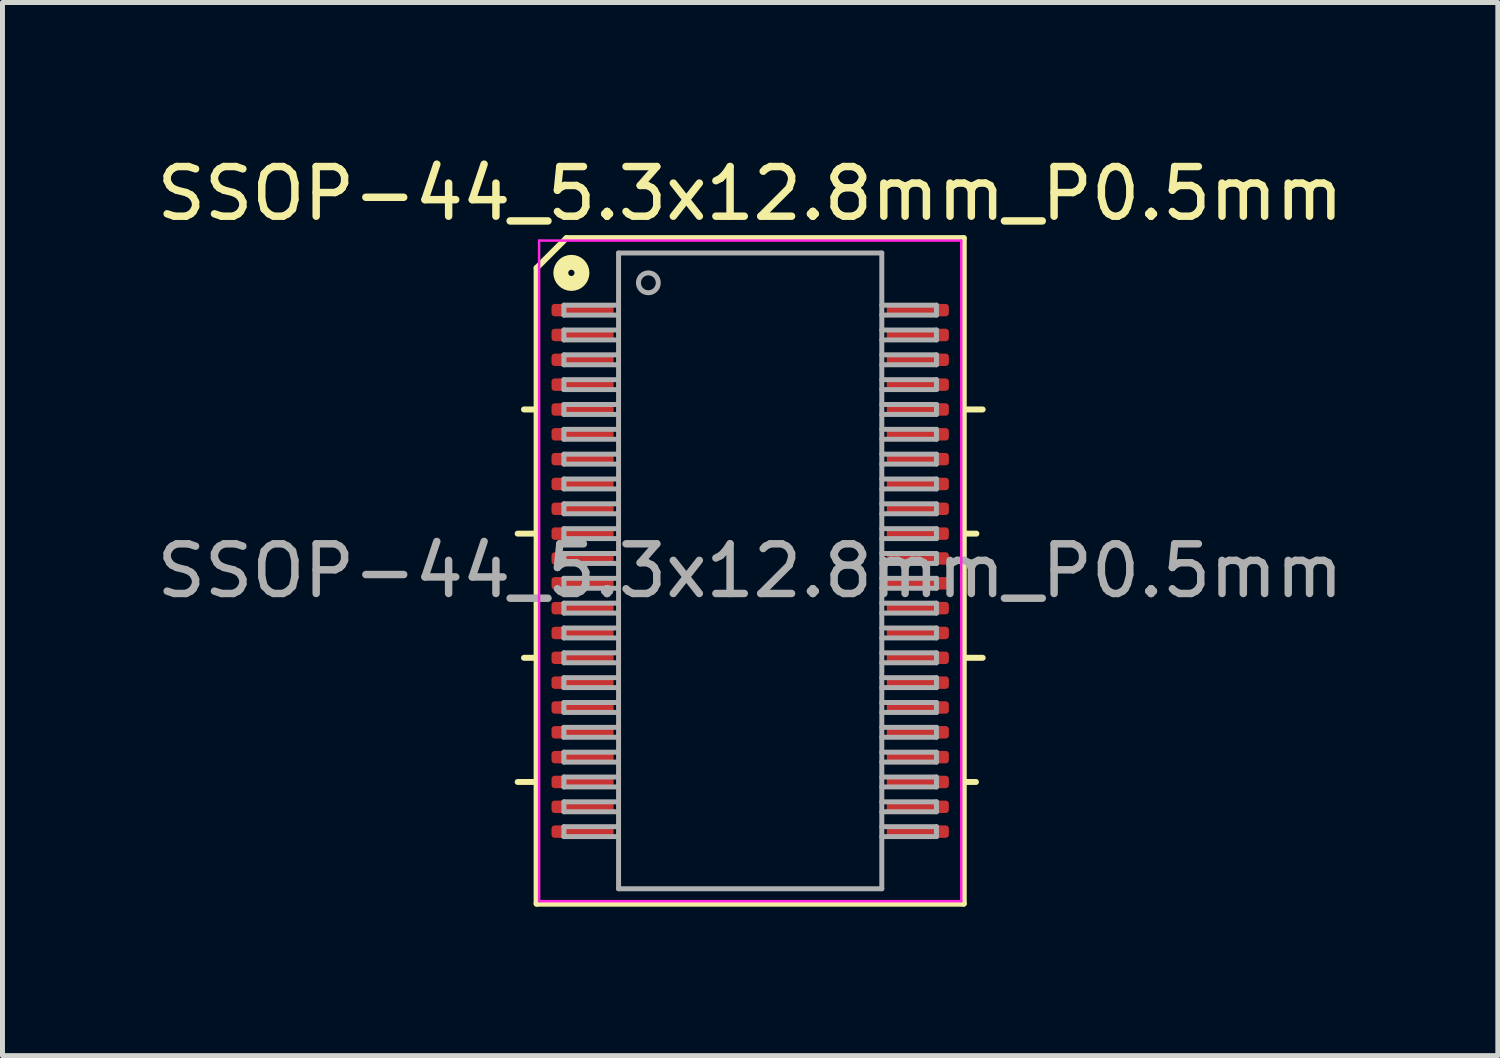
<source format=kicad_pcb>
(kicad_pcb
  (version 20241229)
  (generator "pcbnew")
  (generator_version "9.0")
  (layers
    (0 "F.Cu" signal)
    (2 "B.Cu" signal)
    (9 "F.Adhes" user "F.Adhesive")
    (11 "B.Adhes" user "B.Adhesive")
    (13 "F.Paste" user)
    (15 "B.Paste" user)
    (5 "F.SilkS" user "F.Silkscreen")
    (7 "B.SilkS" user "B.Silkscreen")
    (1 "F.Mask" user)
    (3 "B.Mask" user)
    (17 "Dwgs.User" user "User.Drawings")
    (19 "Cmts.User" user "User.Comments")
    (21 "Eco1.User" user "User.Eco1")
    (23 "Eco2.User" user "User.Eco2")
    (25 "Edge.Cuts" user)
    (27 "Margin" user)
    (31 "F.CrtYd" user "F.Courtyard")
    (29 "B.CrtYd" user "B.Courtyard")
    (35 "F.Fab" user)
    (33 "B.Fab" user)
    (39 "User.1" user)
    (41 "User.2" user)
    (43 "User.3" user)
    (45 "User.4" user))
  (footprint "SSOP-44_5.3x12.8mm_P0.5mm"
    (layer "F.Cu")
    (at 12.054 8.444)
    (property "Reference" "SSOP-44_5.3x12.8mm_P0.5mm" (at 0 -7.596 0) (layer "F.SilkS") (effects (font (size 1 1) (thickness 0.15))))
    (attr smd)
    (fp_line (start -4.681 -0.75) (end -4.3 -0.75) (stroke (width 0.12) (type solid)) (layer "F.SilkS"))
    (fp_line (start -4.681 4.25) (end -4.3 4.25) (stroke (width 0.12) (type solid)) (layer "F.SilkS"))
    (fp_line (start -4.554 -3.25) (end -4.3 -3.25) (stroke (width 0.12) (type solid)) (layer "F.SilkS"))
    (fp_line (start -4.554 1.75) (end -4.3 1.75) (stroke (width 0.12) (type solid)) (layer "F.SilkS"))
    (fp_line (start -4.3 -6.1) (end -4.3 6.7) (stroke (width 0.12) (type solid)) (layer "F.SilkS"))
    (fp_line (start -4.3 -6.1) (end -3.7 -6.7) (stroke (width 0.12) (type solid)) (layer "F.SilkS"))
    (fp_line (start -4.3 6.7) (end 4.3 6.7) (stroke (width 0.12) (type solid)) (layer "F.SilkS"))
    (fp_line (start 4.3 -6.7) (end -3.7 -6.7) (stroke (width 0.12) (type solid)) (layer "F.SilkS"))
    (fp_line (start 4.3 -3.25) (end 4.681 -3.25) (stroke (width 0.12) (type solid)) (layer "F.SilkS"))
    (fp_line (start 4.3 -0.75) (end 4.554 -0.75) (stroke (width 0.12) (type solid)) (layer "F.SilkS"))
    (fp_line (start 4.3 1.75) (end 4.681 1.75) (stroke (width 0.12) (type solid)) (layer "F.SilkS"))
    (fp_line (start 4.3 4.25) (end 4.545 4.25) (stroke (width 0.12) (type solid)) (layer "F.SilkS"))
    (fp_line (start 4.3 6.7) (end 4.3 -6.7) (stroke (width 0.12) (type solid)) (layer "F.SilkS"))
    (fp_circle (center -3.6 -6) (end -3.537 -6) (stroke (width 0.3) (type solid)) (fill no) (layer "F.SilkS"))
    (fp_line (start -4.25 -6.65) (end -4.25 6.65) (stroke (width 0.05) (type solid)) (layer "F.CrtYd"))
    (fp_line (start -4.25 -6.65) (end 4.25 -6.65) (stroke (width 0.05) (type solid)) (layer "F.CrtYd"))
    (fp_line (start -4.25 6.65) (end 4.25 6.65) (stroke (width 0.05) (type solid)) (layer "F.CrtYd"))
    (fp_line (start 4.25 -6.65) (end 4.25 6.65) (stroke (width 0.05) (type solid)) (layer "F.CrtYd"))
    (fp_line (start -3.75 -5.35) (end -3.75 -5.15) (stroke (width 0.1) (type solid)) (layer "F.Fab"))
    (fp_line (start -3.75 -5.35) (end -2.65 -5.35) (stroke (width 0.1) (type solid)) (layer "F.Fab"))
    (fp_line (start -3.75 -5.15) (end -2.65 -5.15) (stroke (width 0.1) (type solid)) (layer "F.Fab"))
    (fp_line (start -3.75 -4.85) (end -3.75 -4.65) (stroke (width 0.1) (type solid)) (layer "F.Fab"))
    (fp_line (start -3.75 -4.85) (end -2.65 -4.85) (stroke (width 0.1) (type solid)) (layer "F.Fab"))
    (fp_line (start -3.75 -4.65) (end -2.65 -4.65) (stroke (width 0.1) (type solid)) (layer "F.Fab"))
    (fp_line (start -3.75 -4.35) (end -3.75 -4.15) (stroke (width 0.1) (type solid)) (layer "F.Fab"))
    (fp_line (start -3.75 -4.35) (end -2.65 -4.35) (stroke (width 0.1) (type solid)) (layer "F.Fab"))
    (fp_line (start -3.75 -4.15) (end -2.65 -4.15) (stroke (width 0.1) (type solid)) (layer "F.Fab"))
    (fp_line (start -3.75 -3.85) (end -3.75 -3.65) (stroke (width 0.1) (type solid)) (layer "F.Fab"))
    (fp_line (start -3.75 -3.85) (end -2.65 -3.85) (stroke (width 0.1) (type solid)) (layer "F.Fab"))
    (fp_line (start -3.75 -3.65) (end -2.65 -3.65) (stroke (width 0.1) (type solid)) (layer "F.Fab"))
    (fp_line (start -3.75 -3.35) (end -3.75 -3.15) (stroke (width 0.1) (type solid)) (layer "F.Fab"))
    (fp_line (start -3.75 -3.35) (end -2.65 -3.35) (stroke (width 0.1) (type solid)) (layer "F.Fab"))
    (fp_line (start -3.75 -3.15) (end -2.65 -3.15) (stroke (width 0.1) (type solid)) (layer "F.Fab"))
    (fp_line (start -3.75 -2.85) (end -3.75 -2.65) (stroke (width 0.1) (type solid)) (layer "F.Fab"))
    (fp_line (start -3.75 -2.85) (end -2.65 -2.85) (stroke (width 0.1) (type solid)) (layer "F.Fab"))
    (fp_line (start -3.75 -2.65) (end -2.65 -2.65) (stroke (width 0.1) (type solid)) (layer "F.Fab"))
    (fp_line (start -3.75 -2.35) (end -3.75 -2.15) (stroke (width 0.1) (type solid)) (layer "F.Fab"))
    (fp_line (start -3.75 -2.35) (end -2.65 -2.35) (stroke (width 0.1) (type solid)) (layer "F.Fab"))
    (fp_line (start -3.75 -2.15) (end -2.65 -2.15) (stroke (width 0.1) (type solid)) (layer "F.Fab"))
    (fp_line (start -3.75 -1.85) (end -3.75 -1.65) (stroke (width 0.1) (type solid)) (layer "F.Fab"))
    (fp_line (start -3.75 -1.85) (end -2.65 -1.85) (stroke (width 0.1) (type solid)) (layer "F.Fab"))
    (fp_line (start -3.75 -1.65) (end -2.65 -1.65) (stroke (width 0.1) (type solid)) (layer "F.Fab"))
    (fp_line (start -3.75 -1.35) (end -3.75 -1.15) (stroke (width 0.1) (type solid)) (layer "F.Fab"))
    (fp_line (start -3.75 -1.35) (end -2.65 -1.35) (stroke (width 0.1) (type solid)) (layer "F.Fab"))
    (fp_line (start -3.75 -1.15) (end -2.65 -1.15) (stroke (width 0.1) (type solid)) (layer "F.Fab"))
    (fp_line (start -3.75 -0.85) (end -3.75 -0.65) (stroke (width 0.1) (type solid)) (layer "F.Fab"))
    (fp_line (start -3.75 -0.85) (end -2.65 -0.85) (stroke (width 0.1) (type solid)) (layer "F.Fab"))
    (fp_line (start -3.75 -0.65) (end -2.65 -0.65) (stroke (width 0.1) (type solid)) (layer "F.Fab"))
    (fp_line (start -3.75 -0.35) (end -3.75 -0.15) (stroke (width 0.1) (type solid)) (layer "F.Fab"))
    (fp_line (start -3.75 -0.35) (end -2.65 -0.35) (stroke (width 0.1) (type solid)) (layer "F.Fab"))
    (fp_line (start -3.75 -0.15) (end -2.65 -0.15) (stroke (width 0.1) (type solid)) (layer "F.Fab"))
    (fp_line (start -3.75 0.15) (end -3.75 0.35) (stroke (width 0.1) (type solid)) (layer "F.Fab"))
    (fp_line (start -3.75 0.15) (end -2.65 0.15) (stroke (width 0.1) (type solid)) (layer "F.Fab"))
    (fp_line (start -3.75 0.35) (end -2.65 0.35) (stroke (width 0.1) (type solid)) (layer "F.Fab"))
    (fp_line (start -3.75 0.65) (end -3.75 0.85) (stroke (width 0.1) (type solid)) (layer "F.Fab"))
    (fp_line (start -3.75 0.65) (end -2.65 0.65) (stroke (width 0.1) (type solid)) (layer "F.Fab"))
    (fp_line (start -3.75 0.85) (end -2.65 0.85) (stroke (width 0.1) (type solid)) (layer "F.Fab"))
    (fp_line (start -3.75 1.15) (end -3.75 1.35) (stroke (width 0.1) (type solid)) (layer "F.Fab"))
    (fp_line (start -3.75 1.15) (end -2.65 1.15) (stroke (width 0.1) (type solid)) (layer "F.Fab"))
    (fp_line (start -3.75 1.35) (end -2.65 1.35) (stroke (width 0.1) (type solid)) (layer "F.Fab"))
    (fp_line (start -3.75 1.65) (end -3.75 1.85) (stroke (width 0.1) (type solid)) (layer "F.Fab"))
    (fp_line (start -3.75 1.65) (end -2.65 1.65) (stroke (width 0.1) (type solid)) (layer "F.Fab"))
    (fp_line (start -3.75 1.85) (end -2.65 1.85) (stroke (width 0.1) (type solid)) (layer "F.Fab"))
    (fp_line (start -3.75 2.15) (end -3.75 2.35) (stroke (width 0.1) (type solid)) (layer "F.Fab"))
    (fp_line (start -3.75 2.15) (end -2.65 2.15) (stroke (width 0.1) (type solid)) (layer "F.Fab"))
    (fp_line (start -3.75 2.35) (end -2.65 2.35) (stroke (width 0.1) (type solid)) (layer "F.Fab"))
    (fp_line (start -3.75 2.65) (end -3.75 2.85) (stroke (width 0.1) (type solid)) (layer "F.Fab"))
    (fp_line (start -3.75 2.65) (end -2.65 2.65) (stroke (width 0.1) (type solid)) (layer "F.Fab"))
    (fp_line (start -3.75 2.85) (end -2.65 2.85) (stroke (width 0.1) (type solid)) (layer "F.Fab"))
    (fp_line (start -3.75 3.15) (end -3.75 3.35) (stroke (width 0.1) (type solid)) (layer "F.Fab"))
    (fp_line (start -3.75 3.15) (end -2.65 3.15) (stroke (width 0.1) (type solid)) (layer "F.Fab"))
    (fp_line (start -3.75 3.35) (end -2.65 3.35) (stroke (width 0.1) (type solid)) (layer "F.Fab"))
    (fp_line (start -3.75 3.65) (end -3.75 3.85) (stroke (width 0.1) (type solid)) (layer "F.Fab"))
    (fp_line (start -3.75 3.65) (end -2.65 3.65) (stroke (width 0.1) (type solid)) (layer "F.Fab"))
    (fp_line (start -3.75 3.85) (end -2.65 3.85) (stroke (width 0.1) (type solid)) (layer "F.Fab"))
    (fp_line (start -3.75 4.15) (end -3.75 4.35) (stroke (width 0.1) (type solid)) (layer "F.Fab"))
    (fp_line (start -3.75 4.15) (end -2.65 4.15) (stroke (width 0.1) (type solid)) (layer "F.Fab"))
    (fp_line (start -3.75 4.35) (end -2.65 4.35) (stroke (width 0.1) (type solid)) (layer "F.Fab"))
    (fp_line (start -3.75 4.65) (end -3.75 4.85) (stroke (width 0.1) (type solid)) (layer "F.Fab"))
    (fp_line (start -3.75 4.65) (end -2.65 4.65) (stroke (width 0.1) (type solid)) (layer "F.Fab"))
    (fp_line (start -3.75 4.85) (end -2.65 4.85) (stroke (width 0.1) (type solid)) (layer "F.Fab"))
    (fp_line (start -3.75 5.15) (end -3.75 5.35) (stroke (width 0.1) (type solid)) (layer "F.Fab"))
    (fp_line (start -3.75 5.15) (end -2.65 5.15) (stroke (width 0.1) (type solid)) (layer "F.Fab"))
    (fp_line (start -3.75 5.35) (end -2.65 5.35) (stroke (width 0.1) (type solid)) (layer "F.Fab"))
    (fp_line (start -2.65 -6.4) (end 2.65 -6.4) (stroke (width 0.1) (type solid)) (layer "F.Fab"))
    (fp_line (start -2.65 6.4) (end -2.65 -6.4) (stroke (width 0.1) (type solid)) (layer "F.Fab"))
    (fp_line (start 2.65 -6.4) (end 2.65 6.4) (stroke (width 0.1) (type solid)) (layer "F.Fab"))
    (fp_line (start 2.65 6.4) (end -2.65 6.4) (stroke (width 0.1) (type solid)) (layer "F.Fab"))
    (fp_line (start 3.75 -5.35) (end 2.65 -5.35) (stroke (width 0.1) (type solid)) (layer "F.Fab"))
    (fp_line (start 3.75 -5.15) (end 2.65 -5.15) (stroke (width 0.1) (type solid)) (layer "F.Fab"))
    (fp_line (start 3.75 -5.15) (end 3.75 -5.35) (stroke (width 0.1) (type solid)) (layer "F.Fab"))
    (fp_line (start 3.75 -4.85) (end 2.65 -4.85) (stroke (width 0.1) (type solid)) (layer "F.Fab"))
    (fp_line (start 3.75 -4.65) (end 2.65 -4.65) (stroke (width 0.1) (type solid)) (layer "F.Fab"))
    (fp_line (start 3.75 -4.65) (end 3.75 -4.85) (stroke (width 0.1) (type solid)) (layer "F.Fab"))
    (fp_line (start 3.75 -4.35) (end 2.65 -4.35) (stroke (width 0.1) (type solid)) (layer "F.Fab"))
    (fp_line (start 3.75 -4.15) (end 2.65 -4.15) (stroke (width 0.1) (type solid)) (layer "F.Fab"))
    (fp_line (start 3.75 -4.15) (end 3.75 -4.35) (stroke (width 0.1) (type solid)) (layer "F.Fab"))
    (fp_line (start 3.75 -3.85) (end 2.65 -3.85) (stroke (width 0.1) (type solid)) (layer "F.Fab"))
    (fp_line (start 3.75 -3.65) (end 2.65 -3.65) (stroke (width 0.1) (type solid)) (layer "F.Fab"))
    (fp_line (start 3.75 -3.65) (end 3.75 -3.85) (stroke (width 0.1) (type solid)) (layer "F.Fab"))
    (fp_line (start 3.75 -3.35) (end 2.65 -3.35) (stroke (width 0.1) (type solid)) (layer "F.Fab"))
    (fp_line (start 3.75 -3.15) (end 2.65 -3.15) (stroke (width 0.1) (type solid)) (layer "F.Fab"))
    (fp_line (start 3.75 -3.15) (end 3.75 -3.35) (stroke (width 0.1) (type solid)) (layer "F.Fab"))
    (fp_line (start 3.75 -2.85) (end 2.65 -2.85) (stroke (width 0.1) (type solid)) (layer "F.Fab"))
    (fp_line (start 3.75 -2.65) (end 2.65 -2.65) (stroke (width 0.1) (type solid)) (layer "F.Fab"))
    (fp_line (start 3.75 -2.65) (end 3.75 -2.85) (stroke (width 0.1) (type solid)) (layer "F.Fab"))
    (fp_line (start 3.75 -2.35) (end 2.65 -2.35) (stroke (width 0.1) (type solid)) (layer "F.Fab"))
    (fp_line (start 3.75 -2.15) (end 2.65 -2.15) (stroke (width 0.1) (type solid)) (layer "F.Fab"))
    (fp_line (start 3.75 -2.15) (end 3.75 -2.35) (stroke (width 0.1) (type solid)) (layer "F.Fab"))
    (fp_line (start 3.75 -1.85) (end 2.65 -1.85) (stroke (width 0.1) (type solid)) (layer "F.Fab"))
    (fp_line (start 3.75 -1.65) (end 2.65 -1.65) (stroke (width 0.1) (type solid)) (layer "F.Fab"))
    (fp_line (start 3.75 -1.65) (end 3.75 -1.85) (stroke (width 0.1) (type solid)) (layer "F.Fab"))
    (fp_line (start 3.75 -1.35) (end 2.65 -1.35) (stroke (width 0.1) (type solid)) (layer "F.Fab"))
    (fp_line (start 3.75 -1.15) (end 2.65 -1.15) (stroke (width 0.1) (type solid)) (layer "F.Fab"))
    (fp_line (start 3.75 -1.15) (end 3.75 -1.35) (stroke (width 0.1) (type solid)) (layer "F.Fab"))
    (fp_line (start 3.75 -0.85) (end 2.65 -0.85) (stroke (width 0.1) (type solid)) (layer "F.Fab"))
    (fp_line (start 3.75 -0.65) (end 2.65 -0.65) (stroke (width 0.1) (type solid)) (layer "F.Fab"))
    (fp_line (start 3.75 -0.65) (end 3.75 -0.85) (stroke (width 0.1) (type solid)) (layer "F.Fab"))
    (fp_line (start 3.75 -0.35) (end 2.65 -0.35) (stroke (width 0.1) (type solid)) (layer "F.Fab"))
    (fp_line (start 3.75 -0.15) (end 2.65 -0.15) (stroke (width 0.1) (type solid)) (layer "F.Fab"))
    (fp_line (start 3.75 -0.15) (end 3.75 -0.35) (stroke (width 0.1) (type solid)) (layer "F.Fab"))
    (fp_line (start 3.75 0.15) (end 2.65 0.15) (stroke (width 0.1) (type solid)) (layer "F.Fab"))
    (fp_line (start 3.75 0.35) (end 2.65 0.35) (stroke (width 0.1) (type solid)) (layer "F.Fab"))
    (fp_line (start 3.75 0.35) (end 3.75 0.15) (stroke (width 0.1) (type solid)) (layer "F.Fab"))
    (fp_line (start 3.75 0.65) (end 2.65 0.65) (stroke (width 0.1) (type solid)) (layer "F.Fab"))
    (fp_line (start 3.75 0.85) (end 2.65 0.85) (stroke (width 0.1) (type solid)) (layer "F.Fab"))
    (fp_line (start 3.75 0.85) (end 3.75 0.65) (stroke (width 0.1) (type solid)) (layer "F.Fab"))
    (fp_line (start 3.75 1.15) (end 2.65 1.15) (stroke (width 0.1) (type solid)) (layer "F.Fab"))
    (fp_line (start 3.75 1.35) (end 2.65 1.35) (stroke (width 0.1) (type solid)) (layer "F.Fab"))
    (fp_line (start 3.75 1.35) (end 3.75 1.15) (stroke (width 0.1) (type solid)) (layer "F.Fab"))
    (fp_line (start 3.75 1.65) (end 2.65 1.65) (stroke (width 0.1) (type solid)) (layer "F.Fab"))
    (fp_line (start 3.75 1.85) (end 2.65 1.85) (stroke (width 0.1) (type solid)) (layer "F.Fab"))
    (fp_line (start 3.75 1.85) (end 3.75 1.65) (stroke (width 0.1) (type solid)) (layer "F.Fab"))
    (fp_line (start 3.75 2.15) (end 2.65 2.15) (stroke (width 0.1) (type solid)) (layer "F.Fab"))
    (fp_line (start 3.75 2.35) (end 2.65 2.35) (stroke (width 0.1) (type solid)) (layer "F.Fab"))
    (fp_line (start 3.75 2.35) (end 3.75 2.15) (stroke (width 0.1) (type solid)) (layer "F.Fab"))
    (fp_line (start 3.75 2.65) (end 2.65 2.65) (stroke (width 0.1) (type solid)) (layer "F.Fab"))
    (fp_line (start 3.75 2.85) (end 2.65 2.85) (stroke (width 0.1) (type solid)) (layer "F.Fab"))
    (fp_line (start 3.75 2.85) (end 3.75 2.65) (stroke (width 0.1) (type solid)) (layer "F.Fab"))
    (fp_line (start 3.75 3.15) (end 2.65 3.15) (stroke (width 0.1) (type solid)) (layer "F.Fab"))
    (fp_line (start 3.75 3.35) (end 2.65 3.35) (stroke (width 0.1) (type solid)) (layer "F.Fab"))
    (fp_line (start 3.75 3.35) (end 3.75 3.15) (stroke (width 0.1) (type solid)) (layer "F.Fab"))
    (fp_line (start 3.75 3.65) (end 2.65 3.65) (stroke (width 0.1) (type solid)) (layer "F.Fab"))
    (fp_line (start 3.75 3.85) (end 2.65 3.85) (stroke (width 0.1) (type solid)) (layer "F.Fab"))
    (fp_line (start 3.75 3.85) (end 3.75 3.65) (stroke (width 0.1) (type solid)) (layer "F.Fab"))
    (fp_line (start 3.75 4.15) (end 2.65 4.15) (stroke (width 0.1) (type solid)) (layer "F.Fab"))
    (fp_line (start 3.75 4.35) (end 2.65 4.35) (stroke (width 0.1) (type solid)) (layer "F.Fab"))
    (fp_line (start 3.75 4.35) (end 3.75 4.15) (stroke (width 0.1) (type solid)) (layer "F.Fab"))
    (fp_line (start 3.75 4.65) (end 2.65 4.65) (stroke (width 0.1) (type solid)) (layer "F.Fab"))
    (fp_line (start 3.75 4.85) (end 2.65 4.85) (stroke (width 0.1) (type solid)) (layer "F.Fab"))
    (fp_line (start 3.75 4.85) (end 3.75 4.65) (stroke (width 0.1) (type solid)) (layer "F.Fab"))
    (fp_line (start 3.75 5.15) (end 2.65 5.15) (stroke (width 0.1) (type solid)) (layer "F.Fab"))
    (fp_line (start 3.75 5.35) (end 2.65 5.35) (stroke (width 0.1) (type solid)) (layer "F.Fab"))
    (fp_line (start 3.75 5.35) (end 3.75 5.15) (stroke (width 0.1) (type solid)) (layer "F.Fab"))
    (fp_circle (center -2.05 -5.8) (end -1.85 -5.8) (stroke (width 0.1) (type solid)) (fill no) (layer "F.Fab"))
    (fp_text user "${REFERENCE}" (at 0 0 0) (layer "F.Fab") (effects (font (size 1 1) (thickness 0.15))))
    (pad "1" smd roundrect (at -3.375 -5.25) (size 1.25 0.25) (layers "F.Cu" "F.Mask" "F.Paste") (roundrect_rratio 0.25))
    (pad "2" smd roundrect (at -3.375 -4.75) (size 1.25 0.25) (layers "F.Cu" "F.Mask" "F.Paste") (roundrect_rratio 0.25))
    (pad "3" smd roundrect (at -3.375 -4.25) (size 1.25 0.25) (layers "F.Cu" "F.Mask" "F.Paste") (roundrect_rratio 0.25))
    (pad "4" smd roundrect (at -3.375 -3.75) (size 1.25 0.25) (layers "F.Cu" "F.Mask" "F.Paste") (roundrect_rratio 0.25))
    (pad "5" smd roundrect (at -3.375 -3.25) (size 1.25 0.25) (layers "F.Cu" "F.Mask" "F.Paste") (roundrect_rratio 0.25))
    (pad "6" smd roundrect (at -3.375 -2.75) (size 1.25 0.25) (layers "F.Cu" "F.Mask" "F.Paste") (roundrect_rratio 0.25))
    (pad "7" smd roundrect (at -3.375 -2.25) (size 1.25 0.25) (layers "F.Cu" "F.Mask" "F.Paste") (roundrect_rratio 0.25))
    (pad "8" smd roundrect (at -3.375 -1.75) (size 1.25 0.25) (layers "F.Cu" "F.Mask" "F.Paste") (roundrect_rratio 0.25))
    (pad "9" smd roundrect (at -3.375 -1.25) (size 1.25 0.25) (layers "F.Cu" "F.Mask" "F.Paste") (roundrect_rratio 0.25))
    (pad "10" smd roundrect (at -3.375 -0.75) (size 1.25 0.25) (layers "F.Cu" "F.Mask" "F.Paste") (roundrect_rratio 0.25))
    (pad "11" smd roundrect (at -3.375 -0.25) (size 1.25 0.25) (layers "F.Cu" "F.Mask" "F.Paste") (roundrect_rratio 0.25))
    (pad "12" smd roundrect (at -3.375 0.25) (size 1.25 0.25) (layers "F.Cu" "F.Mask" "F.Paste") (roundrect_rratio 0.25))
    (pad "13" smd roundrect (at -3.375 0.75) (size 1.25 0.25) (layers "F.Cu" "F.Mask" "F.Paste") (roundrect_rratio 0.25))
    (pad "14" smd roundrect (at -3.375 1.25) (size 1.25 0.25) (layers "F.Cu" "F.Mask" "F.Paste") (roundrect_rratio 0.25))
    (pad "15" smd roundrect (at -3.375 1.75) (size 1.25 0.25) (layers "F.Cu" "F.Mask" "F.Paste") (roundrect_rratio 0.25))
    (pad "16" smd roundrect (at -3.375 2.25) (size 1.25 0.25) (layers "F.Cu" "F.Mask" "F.Paste") (roundrect_rratio 0.25))
    (pad "17" smd roundrect (at -3.375 2.75) (size 1.25 0.25) (layers "F.Cu" "F.Mask" "F.Paste") (roundrect_rratio 0.25))
    (pad "18" smd roundrect (at -3.375 3.25) (size 1.25 0.25) (layers "F.Cu" "F.Mask" "F.Paste") (roundrect_rratio 0.25))
    (pad "19" smd roundrect (at -3.375 3.75) (size 1.25 0.25) (layers "F.Cu" "F.Mask" "F.Paste") (roundrect_rratio 0.25))
    (pad "20" smd roundrect (at -3.375 4.25) (size 1.25 0.25) (layers "F.Cu" "F.Mask" "F.Paste") (roundrect_rratio 0.25))
    (pad "21" smd roundrect (at -3.375 4.75) (size 1.25 0.25) (layers "F.Cu" "F.Mask" "F.Paste") (roundrect_rratio 0.25))
    (pad "22" smd roundrect (at -3.375 5.25) (size 1.25 0.25) (layers "F.Cu" "F.Mask" "F.Paste") (roundrect_rratio 0.25))
    (pad "23" smd roundrect (at 3.375 5.25) (size 1.25 0.25) (layers "F.Cu" "F.Mask" "F.Paste") (roundrect_rratio 0.25))
    (pad "24" smd roundrect (at 3.375 4.75) (size 1.25 0.25) (layers "F.Cu" "F.Mask" "F.Paste") (roundrect_rratio 0.25))
    (pad "25" smd roundrect (at 3.375 4.25) (size 1.25 0.25) (layers "F.Cu" "F.Mask" "F.Paste") (roundrect_rratio 0.25))
    (pad "26" smd roundrect (at 3.375 3.75) (size 1.25 0.25) (layers "F.Cu" "F.Mask" "F.Paste") (roundrect_rratio 0.25))
    (pad "27" smd roundrect (at 3.375 3.25) (size 1.25 0.25) (layers "F.Cu" "F.Mask" "F.Paste") (roundrect_rratio 0.25))
    (pad "28" smd roundrect (at 3.375 2.75) (size 1.25 0.25) (layers "F.Cu" "F.Mask" "F.Paste") (roundrect_rratio 0.25))
    (pad "29" smd roundrect (at 3.375 2.25) (size 1.25 0.25) (layers "F.Cu" "F.Mask" "F.Paste") (roundrect_rratio 0.25))
    (pad "30" smd roundrect (at 3.375 1.75) (size 1.25 0.25) (layers "F.Cu" "F.Mask" "F.Paste") (roundrect_rratio 0.25))
    (pad "31" smd roundrect (at 3.375 1.25) (size 1.25 0.25) (layers "F.Cu" "F.Mask" "F.Paste") (roundrect_rratio 0.25))
    (pad "32" smd roundrect (at 3.375 0.75) (size 1.25 0.25) (layers "F.Cu" "F.Mask" "F.Paste") (roundrect_rratio 0.25))
    (pad "33" smd roundrect (at 3.375 0.25) (size 1.25 0.25) (layers "F.Cu" "F.Mask" "F.Paste") (roundrect_rratio 0.25))
    (pad "34" smd roundrect (at 3.375 -0.25) (size 1.25 0.25) (layers "F.Cu" "F.Mask" "F.Paste") (roundrect_rratio 0.25))
    (pad "35" smd roundrect (at 3.375 -0.75) (size 1.25 0.25) (layers "F.Cu" "F.Mask" "F.Paste") (roundrect_rratio 0.25))
    (pad "36" smd roundrect (at 3.375 -1.25) (size 1.25 0.25) (layers "F.Cu" "F.Mask" "F.Paste") (roundrect_rratio 0.25))
    (pad "37" smd roundrect (at 3.375 -1.75) (size 1.25 0.25) (layers "F.Cu" "F.Mask" "F.Paste") (roundrect_rratio 0.25))
    (pad "38" smd roundrect (at 3.375 -2.25) (size 1.25 0.25) (layers "F.Cu" "F.Mask" "F.Paste") (roundrect_rratio 0.25))
    (pad "39" smd roundrect (at 3.375 -2.75) (size 1.25 0.25) (layers "F.Cu" "F.Mask" "F.Paste") (roundrect_rratio 0.25))
    (pad "40" smd roundrect (at 3.375 -3.25) (size 1.25 0.25) (layers "F.Cu" "F.Mask" "F.Paste") (roundrect_rratio 0.25))
    (pad "41" smd roundrect (at 3.375 -3.75) (size 1.25 0.25) (layers "F.Cu" "F.Mask" "F.Paste") (roundrect_rratio 0.25))
    (pad "42" smd roundrect (at 3.375 -4.25) (size 1.25 0.25) (layers "F.Cu" "F.Mask" "F.Paste") (roundrect_rratio 0.25))
    (pad "43" smd roundrect (at 3.375 -4.75) (size 1.25 0.25) (layers "F.Cu" "F.Mask" "F.Paste") (roundrect_rratio 0.25))
    (pad "44" smd roundrect (at 3.375 -5.25) (size 1.25 0.25) (layers "F.Cu" "F.Mask" "F.Paste") (roundrect_rratio 0.25)))
  (gr_rect
    (start -3 -3)
    (end 27.107 18.204)
    (stroke (width 0.1) (type default))
    (fill no)
    (layer "Edge.Cuts")))
</source>
